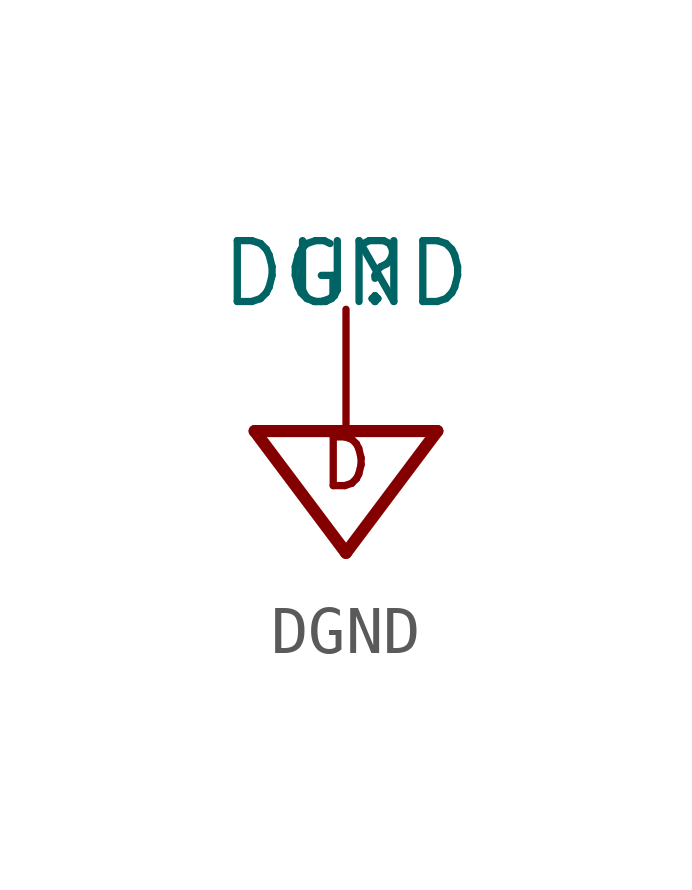
<source format=kicad_sym>
(kicad_symbol_lib
  (version 20211014)
  (generator kicad_symbol_editor)
  (symbol "DGND"
    (pin_names
      (offset 1.016))
    (property "Reference" "U"
      (at 0 0 0)
      (effects (font (size 1.27 1.27)) (justify bottom)))
    (property "Value" "DGND"
      (at 0 0.0 0)
      (effects (font (size 1.27 1.27)) (justify bottom)))
    (symbol "DGND_0_0"
      (polyline (pts (xy 0.0 -2.54) (xy 1.905 -2.54)) (stroke (width 0.254)))
      (polyline (pts (xy 1.905 -2.54) (xy 0.0 -5.08)) (stroke (width 0.254)))
      (polyline (pts (xy 0.0 -5.08) (xy -1.905 -2.54)) (stroke (width 0.254)))
      (polyline (pts (xy -1.905 -2.54) (xy 0.0 -2.54)) (stroke (width 0.254)))
      (text "D" (at 0.0 -3.81 0) (effects (font (size 1.016 1.016)) (justify bottom)))
      (pin power_in line (at 0.0 0.0 270.0) (length 2.54) (name "~" (effects (font (size 1.016 1.016)))) (number "~" (effects (font (size 1.016 1.016))))))))
</source>
